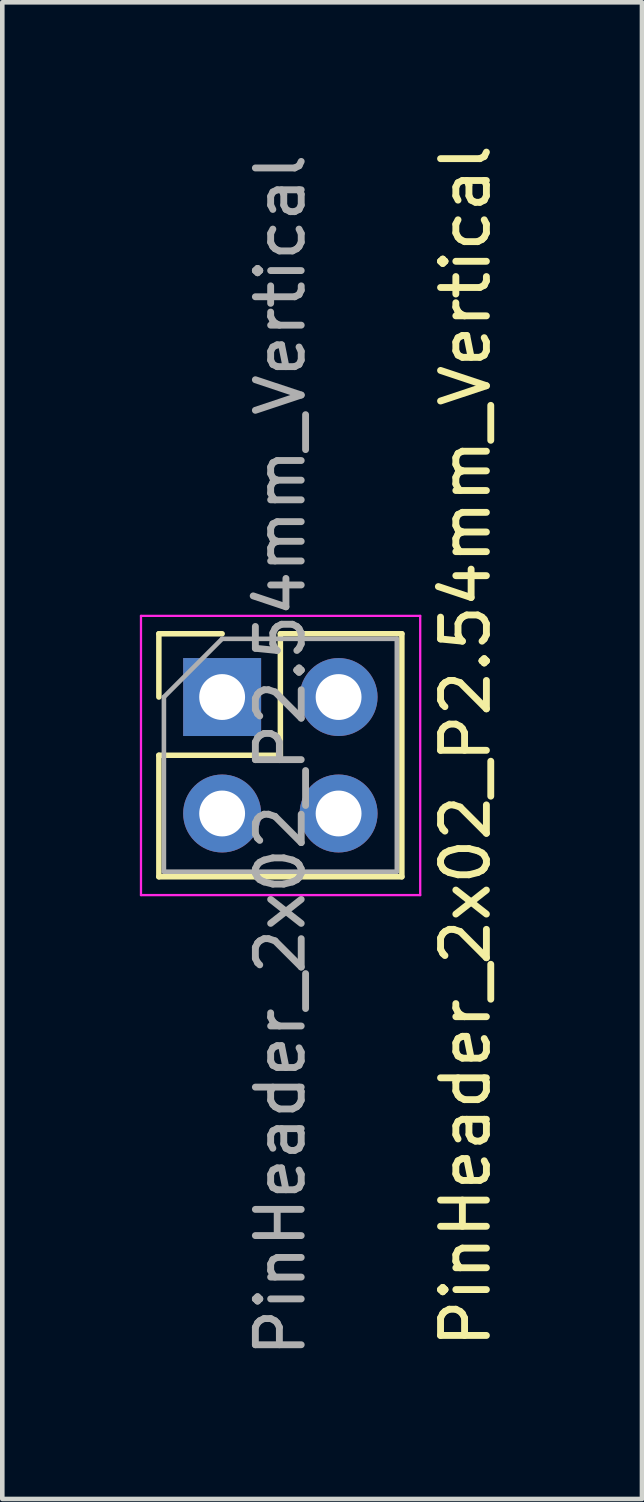
<source format=kicad_pcb>
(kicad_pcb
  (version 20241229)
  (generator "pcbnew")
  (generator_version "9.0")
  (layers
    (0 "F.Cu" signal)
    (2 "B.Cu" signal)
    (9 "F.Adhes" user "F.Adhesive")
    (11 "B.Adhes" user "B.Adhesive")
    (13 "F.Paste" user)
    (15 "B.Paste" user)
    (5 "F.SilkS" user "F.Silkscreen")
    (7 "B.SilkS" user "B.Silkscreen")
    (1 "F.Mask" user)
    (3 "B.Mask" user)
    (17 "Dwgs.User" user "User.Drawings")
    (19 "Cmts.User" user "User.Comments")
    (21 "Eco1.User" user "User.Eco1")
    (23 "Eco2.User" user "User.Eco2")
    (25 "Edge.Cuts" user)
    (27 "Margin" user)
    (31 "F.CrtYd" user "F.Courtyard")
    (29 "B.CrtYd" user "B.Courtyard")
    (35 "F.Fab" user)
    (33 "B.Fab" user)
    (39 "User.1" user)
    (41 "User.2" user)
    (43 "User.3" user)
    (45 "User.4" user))
  (footprint "PinHeader_2x02_P2.54mm_Vertical"
    (layer "F.Cu")
    (at 1.795 12.153)
    (property "Reference" "PinHeader_2x02_P2.54mm_Vertical" (at 5.309 1.067 90) (layer "F.SilkS") (effects (font (size 1 1) (thickness 0.15))))
    (attr through_hole)
    (fp_line (start -1.38 -1.38) (end 0 -1.38) (stroke (width 0.12) (type solid)) (layer "F.SilkS"))
    (fp_line (start -1.38 0) (end -1.38 -1.38) (stroke (width 0.12) (type solid)) (layer "F.SilkS"))
    (fp_line (start -1.38 1.27) (end -1.38 3.92) (stroke (width 0.12) (type solid)) (layer "F.SilkS"))
    (fp_line (start -1.38 1.27) (end 1.27 1.27) (stroke (width 0.12) (type solid)) (layer "F.SilkS"))
    (fp_line (start -1.38 3.92) (end 3.92 3.92) (stroke (width 0.12) (type solid)) (layer "F.SilkS"))
    (fp_line (start 1.27 -1.38) (end 3.92 -1.38) (stroke (width 0.12) (type solid)) (layer "F.SilkS"))
    (fp_line (start 1.27 1.27) (end 1.27 -1.38) (stroke (width 0.12) (type solid)) (layer "F.SilkS"))
    (fp_line (start 3.92 -1.38) (end 3.92 3.92) (stroke (width 0.12) (type solid)) (layer "F.SilkS"))
    (fp_line (start -1.77 -1.77) (end -1.77 4.32) (stroke (width 0.05) (type solid)) (layer "F.CrtYd"))
    (fp_line (start -1.77 4.32) (end 4.32 4.32) (stroke (width 0.05) (type solid)) (layer "F.CrtYd"))
    (fp_line (start 4.32 -1.77) (end -1.77 -1.77) (stroke (width 0.05) (type solid)) (layer "F.CrtYd"))
    (fp_line (start 4.32 4.32) (end 4.32 -1.77) (stroke (width 0.05) (type solid)) (layer "F.CrtYd"))
    (fp_line (start -1.27 0) (end 0 -1.27) (stroke (width 0.1) (type solid)) (layer "F.Fab"))
    (fp_line (start -1.27 3.81) (end -1.27 0) (stroke (width 0.1) (type solid)) (layer "F.Fab"))
    (fp_line (start 0 -1.27) (end 3.81 -1.27) (stroke (width 0.1) (type solid)) (layer "F.Fab"))
    (fp_line (start 3.81 -1.27) (end 3.81 3.81) (stroke (width 0.1) (type solid)) (layer "F.Fab"))
    (fp_line (start 3.81 3.81) (end -1.27 3.81) (stroke (width 0.1) (type solid)) (layer "F.Fab"))
    (fp_text user "${REFERENCE}" (at 1.27 1.27 90) (layer "F.Fab") (effects (font (size 1 1) (thickness 0.15))))
    (pad "1" thru_hole rect (at 0 0) (size 1.7 1.7) (drill 1) (layers "*.Cu" "*.Mask"))
    (pad "2" thru_hole circle (at 2.54 0) (size 1.7 1.7) (drill 1) (layers "*.Cu" "*.Mask"))
    (pad "3" thru_hole circle (at 0 2.54) (size 1.7 1.7) (drill 1) (layers "*.Cu" "*.Mask"))
    (pad "4" thru_hole circle (at 2.54 2.54) (size 1.7 1.7) (drill 1) (layers "*.Cu" "*.Mask")))
  (gr_rect
    (start -3 -3)
    (end 10.952 29.644)
    (stroke (width 0.1) (type default))
    (fill no)
    (layer "Edge.Cuts")))
</source>
